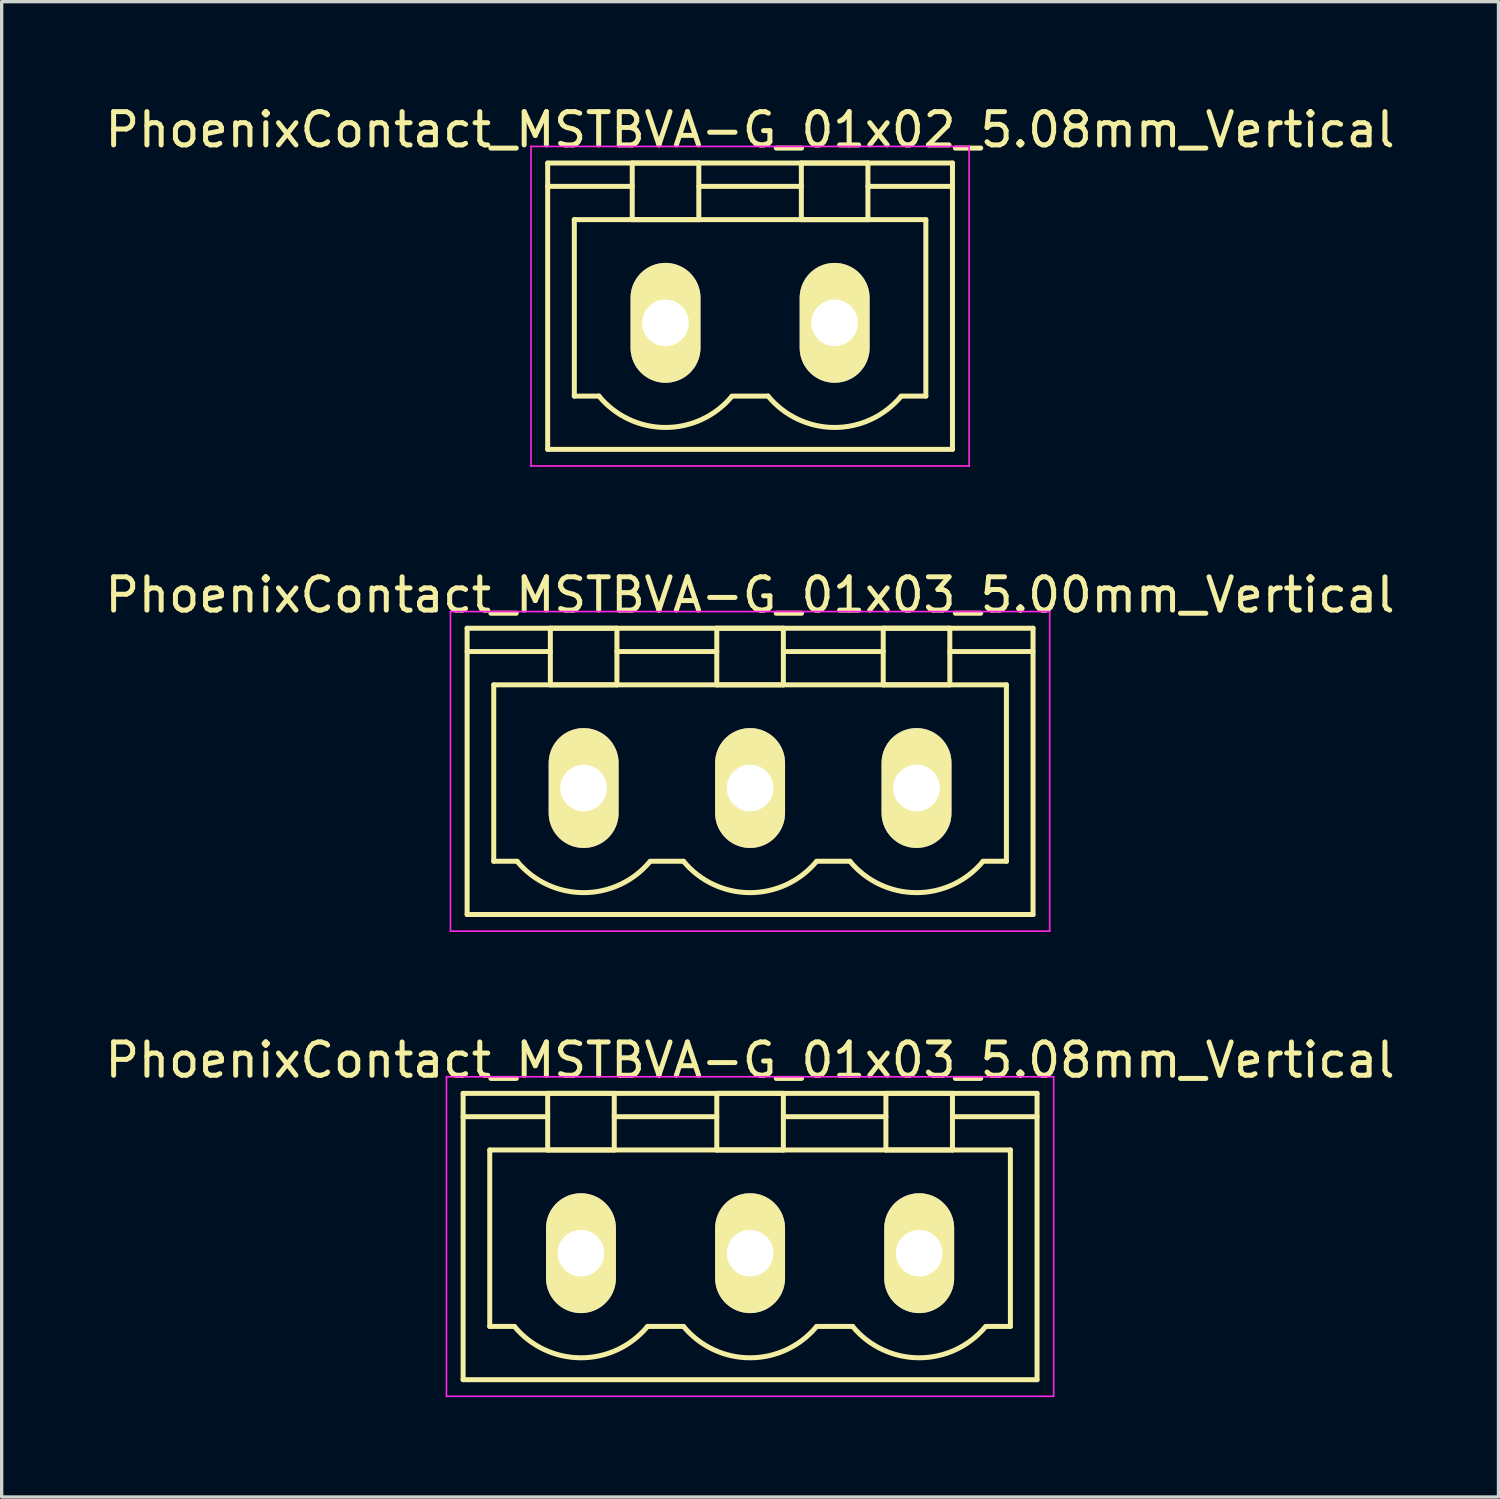
<source format=kicad_pcb>
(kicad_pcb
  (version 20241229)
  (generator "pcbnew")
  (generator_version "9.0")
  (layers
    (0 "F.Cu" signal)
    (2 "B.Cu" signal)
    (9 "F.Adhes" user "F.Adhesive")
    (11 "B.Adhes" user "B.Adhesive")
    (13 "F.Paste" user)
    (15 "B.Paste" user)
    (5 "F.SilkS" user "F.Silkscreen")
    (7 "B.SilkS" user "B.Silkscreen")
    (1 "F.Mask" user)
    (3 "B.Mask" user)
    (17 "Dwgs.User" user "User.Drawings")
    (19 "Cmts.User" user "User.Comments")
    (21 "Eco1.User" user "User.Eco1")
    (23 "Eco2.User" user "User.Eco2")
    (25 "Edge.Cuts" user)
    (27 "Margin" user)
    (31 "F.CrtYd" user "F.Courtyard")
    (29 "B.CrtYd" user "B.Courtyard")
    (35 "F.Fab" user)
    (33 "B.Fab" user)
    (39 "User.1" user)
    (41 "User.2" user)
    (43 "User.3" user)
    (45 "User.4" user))
  (footprint "PhoenixContact_MSTBVA-G_01x03_5.08mm_Vertical"
    (layer "F.Cu")
    (at 14.402 34.595)
    (property "Reference" "PhoenixContact_MSTBVA-G_01x03_5.08mm_Vertical" (at 5.08 -5.8 0) (layer "F.SilkS") (effects (font (size 1 1) (thickness 0.15))))
    (attr through_hole)
    (fp_line (start -3.54 -4.8) (end -3.54 3.8) (stroke (width 0.15) (type solid)) (layer "F.SilkS"))
    (fp_line (start -3.54 -4.1) (end -1 -4.1) (stroke (width 0.15) (type solid)) (layer "F.SilkS"))
    (fp_line (start -3.54 3.8) (end 13.7 3.8) (stroke (width 0.15) (type solid)) (layer "F.SilkS"))
    (fp_line (start -2.74 -3.1) (end 12.9 -3.1) (stroke (width 0.15) (type solid)) (layer "F.SilkS"))
    (fp_line (start -2.74 2.2) (end -2.74 -3.1) (stroke (width 0.15) (type solid)) (layer "F.SilkS"))
    (fp_line (start -2 2.2) (end -2.74 2.2) (stroke (width 0.15) (type solid)) (layer "F.SilkS"))
    (fp_line (start -1 -4.8) (end 1 -4.8) (stroke (width 0.15) (type solid)) (layer "F.SilkS"))
    (fp_line (start -1 -3.1) (end -1 -4.8) (stroke (width 0.15) (type solid)) (layer "F.SilkS"))
    (fp_line (start 1 -4.8) (end 1 -3.1) (stroke (width 0.15) (type solid)) (layer "F.SilkS"))
    (fp_line (start 1 -4.1) (end 4.08 -4.1) (stroke (width 0.15) (type solid)) (layer "F.SilkS"))
    (fp_line (start 1 -3.1) (end -1 -3.1) (stroke (width 0.15) (type solid)) (layer "F.SilkS"))
    (fp_line (start 2 2.2) (end 3.08 2.2) (stroke (width 0.15) (type solid)) (layer "F.SilkS"))
    (fp_line (start 4.08 -4.8) (end 6.08 -4.8) (stroke (width 0.15) (type solid)) (layer "F.SilkS"))
    (fp_line (start 4.08 -3.1) (end 4.08 -4.8) (stroke (width 0.15) (type solid)) (layer "F.SilkS"))
    (fp_line (start 6.08 -4.8) (end 6.08 -3.1) (stroke (width 0.15) (type solid)) (layer "F.SilkS"))
    (fp_line (start 6.08 -4.1) (end 9.16 -4.1) (stroke (width 0.15) (type solid)) (layer "F.SilkS"))
    (fp_line (start 6.08 -3.1) (end 4.08 -3.1) (stroke (width 0.15) (type solid)) (layer "F.SilkS"))
    (fp_line (start 7.08 2.2) (end 8.16 2.2) (stroke (width 0.15) (type solid)) (layer "F.SilkS"))
    (fp_line (start 9.16 -4.8) (end 11.16 -4.8) (stroke (width 0.15) (type solid)) (layer "F.SilkS"))
    (fp_line (start 9.16 -3.1) (end 9.16 -4.8) (stroke (width 0.15) (type solid)) (layer "F.SilkS"))
    (fp_line (start 11.16 -4.8) (end 11.16 -3.1) (stroke (width 0.15) (type solid)) (layer "F.SilkS"))
    (fp_line (start 11.16 -3.1) (end 9.16 -3.1) (stroke (width 0.15) (type solid)) (layer "F.SilkS"))
    (fp_line (start 12.9 -3.1) (end 12.9 2.2) (stroke (width 0.15) (type solid)) (layer "F.SilkS"))
    (fp_line (start 12.9 2.2) (end 12.16 2.2) (stroke (width 0.15) (type solid)) (layer "F.SilkS"))
    (fp_line (start 13.7 -4.8) (end -3.54 -4.8) (stroke (width 0.15) (type solid)) (layer "F.SilkS"))
    (fp_line (start 13.7 -4.1) (end 11.16 -4.1) (stroke (width 0.15) (type solid)) (layer "F.SilkS"))
    (fp_line (start 13.7 3.8) (end 13.7 -4.8) (stroke (width 0.15) (type solid)) (layer "F.SilkS"))
    (fp_arc (start 1.986842 2.215821) (mid -0.010289 3.142758) (end -2 2.2) (stroke (width 0.15) (type solid)) (layer "F.SilkS"))
    (fp_arc (start 7.066842 2.215821) (mid 5.069711 3.142758) (end 3.08 2.2) (stroke (width 0.15) (type solid)) (layer "F.SilkS"))
    (fp_arc (start 12.146842 2.215821) (mid 10.149711 3.142758) (end 8.16 2.2) (stroke (width 0.15) (type solid)) (layer "F.SilkS"))
    (fp_line (start -4.04 -5.3) (end -4.04 4.3) (stroke (width 0.05) (type solid)) (layer "F.CrtYd"))
    (fp_line (start -4.04 4.3) (end 14.2 4.3) (stroke (width 0.05) (type solid)) (layer "F.CrtYd"))
    (fp_line (start 14.2 -5.3) (end -4.04 -5.3) (stroke (width 0.05) (type solid)) (layer "F.CrtYd"))
    (fp_line (start 14.2 4.3) (end 14.2 -5.3) (stroke (width 0.05) (type solid)) (layer "F.CrtYd"))
    (pad "1" thru_hole oval (at 0 0) (size 2.1 3.6) (drill 1.4) (layers "*.Cu" "*.Mask" "F.SilkS"))
    (pad "2" thru_hole oval (at 5.08 0) (size 2.1 3.6) (drill 1.4) (layers "*.Cu" "*.Mask" "F.SilkS"))
    (pad "3" thru_hole oval (at 10.16 0) (size 2.1 3.6) (drill 1.4) (layers "*.Cu" "*.Mask" "F.SilkS")))
  (footprint "PhoenixContact_MSTBVA-G_01x03_5.00mm_Vertical"
    (layer "F.Cu")
    (at 14.482 20.622)
    (property "Reference" "PhoenixContact_MSTBVA-G_01x03_5.00mm_Vertical" (at 5 -5.8 0) (layer "F.SilkS") (effects (font (size 1 1) (thickness 0.15))))
    (attr through_hole)
    (fp_line (start -3.5 -4.8) (end -3.5 3.8) (stroke (width 0.15) (type solid)) (layer "F.SilkS"))
    (fp_line (start -3.5 -4.1) (end -1 -4.1) (stroke (width 0.15) (type solid)) (layer "F.SilkS"))
    (fp_line (start -3.5 3.8) (end 13.5 3.8) (stroke (width 0.15) (type solid)) (layer "F.SilkS"))
    (fp_line (start -2.7 -3.1) (end 12.7 -3.1) (stroke (width 0.15) (type solid)) (layer "F.SilkS"))
    (fp_line (start -2.7 2.2) (end -2.7 -3.1) (stroke (width 0.15) (type solid)) (layer "F.SilkS"))
    (fp_line (start -2 2.2) (end -2.7 2.2) (stroke (width 0.15) (type solid)) (layer "F.SilkS"))
    (fp_line (start -1 -4.8) (end 1 -4.8) (stroke (width 0.15) (type solid)) (layer "F.SilkS"))
    (fp_line (start -1 -3.1) (end -1 -4.8) (stroke (width 0.15) (type solid)) (layer "F.SilkS"))
    (fp_line (start 1 -4.8) (end 1 -3.1) (stroke (width 0.15) (type solid)) (layer "F.SilkS"))
    (fp_line (start 1 -4.1) (end 4 -4.1) (stroke (width 0.15) (type solid)) (layer "F.SilkS"))
    (fp_line (start 1 -3.1) (end -1 -3.1) (stroke (width 0.15) (type solid)) (layer "F.SilkS"))
    (fp_line (start 2 2.2) (end 3 2.2) (stroke (width 0.15) (type solid)) (layer "F.SilkS"))
    (fp_line (start 4 -4.8) (end 6 -4.8) (stroke (width 0.15) (type solid)) (layer "F.SilkS"))
    (fp_line (start 4 -3.1) (end 4 -4.8) (stroke (width 0.15) (type solid)) (layer "F.SilkS"))
    (fp_line (start 6 -4.8) (end 6 -3.1) (stroke (width 0.15) (type solid)) (layer "F.SilkS"))
    (fp_line (start 6 -4.1) (end 9 -4.1) (stroke (width 0.15) (type solid)) (layer "F.SilkS"))
    (fp_line (start 6 -3.1) (end 4 -3.1) (stroke (width 0.15) (type solid)) (layer "F.SilkS"))
    (fp_line (start 7 2.2) (end 8 2.2) (stroke (width 0.15) (type solid)) (layer "F.SilkS"))
    (fp_line (start 9 -4.8) (end 11 -4.8) (stroke (width 0.15) (type solid)) (layer "F.SilkS"))
    (fp_line (start 9 -3.1) (end 9 -4.8) (stroke (width 0.15) (type solid)) (layer "F.SilkS"))
    (fp_line (start 11 -4.8) (end 11 -3.1) (stroke (width 0.15) (type solid)) (layer "F.SilkS"))
    (fp_line (start 11 -3.1) (end 9 -3.1) (stroke (width 0.15) (type solid)) (layer "F.SilkS"))
    (fp_line (start 12.7 -3.1) (end 12.7 2.2) (stroke (width 0.15) (type solid)) (layer "F.SilkS"))
    (fp_line (start 12.7 2.2) (end 12 2.2) (stroke (width 0.15) (type solid)) (layer "F.SilkS"))
    (fp_line (start 13.5 -4.8) (end -3.5 -4.8) (stroke (width 0.15) (type solid)) (layer "F.SilkS"))
    (fp_line (start 13.5 -4.1) (end 11 -4.1) (stroke (width 0.15) (type solid)) (layer "F.SilkS"))
    (fp_line (start 13.5 3.8) (end 13.5 -4.8) (stroke (width 0.15) (type solid)) (layer "F.SilkS"))
    (fp_arc (start 1.986842 2.215821) (mid -0.010289 3.142758) (end -2 2.2) (stroke (width 0.15) (type solid)) (layer "F.SilkS"))
    (fp_arc (start 6.986842 2.215821) (mid 4.989711 3.142758) (end 3 2.2) (stroke (width 0.15) (type solid)) (layer "F.SilkS"))
    (fp_arc (start 11.986842 2.215821) (mid 9.989711 3.142758) (end 8 2.2) (stroke (width 0.15) (type solid)) (layer "F.SilkS"))
    (fp_line (start -4 -5.3) (end -4 4.3) (stroke (width 0.05) (type solid)) (layer "F.CrtYd"))
    (fp_line (start -4 4.3) (end 14 4.3) (stroke (width 0.05) (type solid)) (layer "F.CrtYd"))
    (fp_line (start 14 -5.3) (end -4 -5.3) (stroke (width 0.05) (type solid)) (layer "F.CrtYd"))
    (fp_line (start 14 4.3) (end 14 -5.3) (stroke (width 0.05) (type solid)) (layer "F.CrtYd"))
    (pad "1" thru_hole oval (at 0 0) (size 2.1 3.6) (drill 1.4) (layers "*.Cu" "*.Mask" "F.SilkS"))
    (pad "2" thru_hole oval (at 5 0) (size 2.1 3.6) (drill 1.4) (layers "*.Cu" "*.Mask" "F.SilkS"))
    (pad "3" thru_hole oval (at 10 0) (size 2.1 3.6) (drill 1.4) (layers "*.Cu" "*.Mask" "F.SilkS")))
  (footprint "PhoenixContact_MSTBVA-G_01x02_5.08mm_Vertical"
    (layer "F.Cu")
    (at 16.942 6.648)
    (property "Reference" "PhoenixContact_MSTBVA-G_01x02_5.08mm_Vertical" (at 2.54 -5.8 0) (layer "F.SilkS") (effects (font (size 1 1) (thickness 0.15))))
    (attr through_hole)
    (fp_line (start -3.54 -4.8) (end -3.54 3.8) (stroke (width 0.15) (type solid)) (layer "F.SilkS"))
    (fp_line (start -3.54 -4.1) (end -1 -4.1) (stroke (width 0.15) (type solid)) (layer "F.SilkS"))
    (fp_line (start -3.54 3.8) (end 8.62 3.8) (stroke (width 0.15) (type solid)) (layer "F.SilkS"))
    (fp_line (start -2.74 -3.1) (end 7.82 -3.1) (stroke (width 0.15) (type solid)) (layer "F.SilkS"))
    (fp_line (start -2.74 2.2) (end -2.74 -3.1) (stroke (width 0.15) (type solid)) (layer "F.SilkS"))
    (fp_line (start -2 2.2) (end -2.74 2.2) (stroke (width 0.15) (type solid)) (layer "F.SilkS"))
    (fp_line (start -1 -4.8) (end 1 -4.8) (stroke (width 0.15) (type solid)) (layer "F.SilkS"))
    (fp_line (start -1 -3.1) (end -1 -4.8) (stroke (width 0.15) (type solid)) (layer "F.SilkS"))
    (fp_line (start 1 -4.8) (end 1 -3.1) (stroke (width 0.15) (type solid)) (layer "F.SilkS"))
    (fp_line (start 1 -4.1) (end 4.08 -4.1) (stroke (width 0.15) (type solid)) (layer "F.SilkS"))
    (fp_line (start 1 -3.1) (end -1 -3.1) (stroke (width 0.15) (type solid)) (layer "F.SilkS"))
    (fp_line (start 2 2.2) (end 3.08 2.2) (stroke (width 0.15) (type solid)) (layer "F.SilkS"))
    (fp_line (start 4.08 -4.8) (end 6.08 -4.8) (stroke (width 0.15) (type solid)) (layer "F.SilkS"))
    (fp_line (start 4.08 -3.1) (end 4.08 -4.8) (stroke (width 0.15) (type solid)) (layer "F.SilkS"))
    (fp_line (start 6.08 -4.8) (end 6.08 -3.1) (stroke (width 0.15) (type solid)) (layer "F.SilkS"))
    (fp_line (start 6.08 -3.1) (end 4.08 -3.1) (stroke (width 0.15) (type solid)) (layer "F.SilkS"))
    (fp_line (start 7.82 -3.1) (end 7.82 2.2) (stroke (width 0.15) (type solid)) (layer "F.SilkS"))
    (fp_line (start 7.82 2.2) (end 7.08 2.2) (stroke (width 0.15) (type solid)) (layer "F.SilkS"))
    (fp_line (start 8.62 -4.8) (end -3.54 -4.8) (stroke (width 0.15) (type solid)) (layer "F.SilkS"))
    (fp_line (start 8.62 -4.1) (end 6.08 -4.1) (stroke (width 0.15) (type solid)) (layer "F.SilkS"))
    (fp_line (start 8.62 3.8) (end 8.62 -4.8) (stroke (width 0.15) (type solid)) (layer "F.SilkS"))
    (fp_arc (start 1.986842 2.215821) (mid -0.010289 3.142758) (end -2 2.2) (stroke (width 0.15) (type solid)) (layer "F.SilkS"))
    (fp_arc (start 7.066842 2.215821) (mid 5.069711 3.142758) (end 3.08 2.2) (stroke (width 0.15) (type solid)) (layer "F.SilkS"))
    (fp_line (start -4.04 -5.3) (end -4.04 4.3) (stroke (width 0.05) (type solid)) (layer "F.CrtYd"))
    (fp_line (start -4.04 4.3) (end 9.12 4.3) (stroke (width 0.05) (type solid)) (layer "F.CrtYd"))
    (fp_line (start 9.12 -5.3) (end -4.04 -5.3) (stroke (width 0.05) (type solid)) (layer "F.CrtYd"))
    (fp_line (start 9.12 4.3) (end 9.12 -5.3) (stroke (width 0.05) (type solid)) (layer "F.CrtYd"))
    (pad "1" thru_hole oval (at 0 0) (size 2.1 3.6) (drill 1.4) (layers "*.Cu" "*.Mask" "F.SilkS"))
    (pad "2" thru_hole oval (at 5.08 0) (size 2.1 3.6) (drill 1.4) (layers "*.Cu" "*.Mask" "F.SilkS")))
  (gr_rect
    (start -3 -3)
    (end 41.964 41.92)
    (stroke (width 0.1) (type default))
    (fill no)
    (layer "Edge.Cuts")))
</source>
